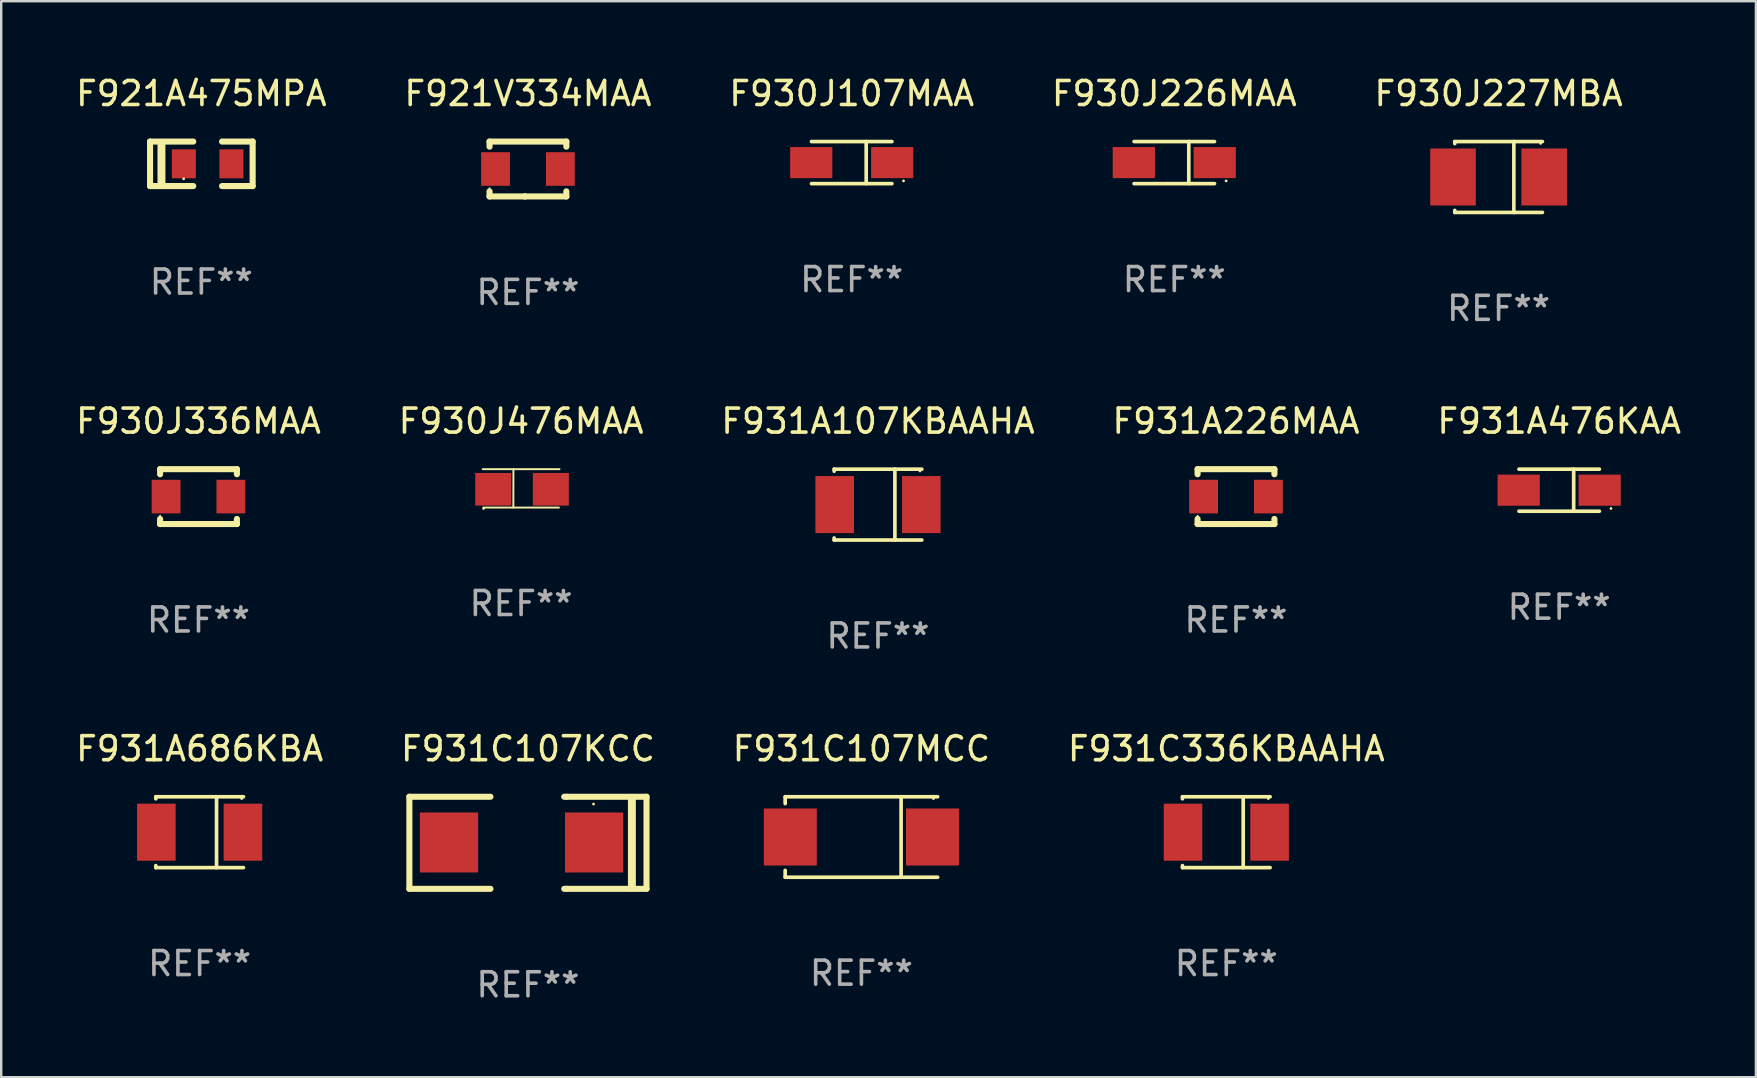
<source format=kicad_pcb>
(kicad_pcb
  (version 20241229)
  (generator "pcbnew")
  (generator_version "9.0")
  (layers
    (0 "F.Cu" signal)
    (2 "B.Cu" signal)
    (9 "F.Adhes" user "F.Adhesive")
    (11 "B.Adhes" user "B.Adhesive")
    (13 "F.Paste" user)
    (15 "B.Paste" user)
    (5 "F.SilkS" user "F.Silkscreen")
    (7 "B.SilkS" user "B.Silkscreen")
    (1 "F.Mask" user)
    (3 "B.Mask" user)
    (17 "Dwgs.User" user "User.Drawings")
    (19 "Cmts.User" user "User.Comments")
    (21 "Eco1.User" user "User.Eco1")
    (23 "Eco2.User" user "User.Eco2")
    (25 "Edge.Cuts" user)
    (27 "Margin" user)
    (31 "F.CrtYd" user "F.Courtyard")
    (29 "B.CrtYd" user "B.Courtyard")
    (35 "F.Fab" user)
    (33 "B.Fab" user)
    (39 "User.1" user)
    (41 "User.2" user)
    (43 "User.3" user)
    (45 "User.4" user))
  (footprint "F930J226MAA"
    (layer "F.Cu")
    (at 45.875 3.724)
    (property "Reference" "F930J226MAA" (at 0 -2.876 0) (layer "F.SilkS") (effects (font (size 1 1) (thickness 0.15))))
    (attr through_hole)
    (fp_line (start -1.676 -0.876) (end 1.676 -0.876) (stroke (width 0.152) (type solid)) (layer "F.SilkS"))
    (fp_line (start -1.676 0.876) (end 1.676 0.876) (stroke (width 0.152) (type solid)) (layer "F.SilkS"))
    (fp_line (start 0.604 -0.876) (end 0.604 0.876) (stroke (width 0.152) (type solid)) (layer "F.SilkS"))
    (fp_circle (center 2.159 0.762) (end 2.189 0.762) (stroke (width 0.06) (type solid)) (fill no) (layer "F.SilkS"))
    (fp_text user "REF**" (at 0 4.876 0) (layer "F.Fab") (effects (font (size 1 1) (thickness 0.15))))
    (pad "1" smd rect (at 1.686 0) (size 1.758 1.296) (layers "F.Cu" "F.Mask" "F.Paste"))
    (pad "2" smd rect (at -1.686 0) (size 1.758 1.296) (layers "F.Cu" "F.Mask" "F.Paste")))
  (footprint "F931A476KAA"
    (layer "F.Cu")
    (at 61.911 17.373)
    (property "Reference" "F931A476KAA" (at 0 -2.876 0) (layer "F.SilkS") (effects (font (size 1 1) (thickness 0.15))))
    (attr through_hole)
    (fp_line (start -1.676 -0.876) (end 1.676 -0.876) (stroke (width 0.152) (type solid)) (layer "F.SilkS"))
    (fp_line (start -1.676 0.876) (end 1.676 0.876) (stroke (width 0.152) (type solid)) (layer "F.SilkS"))
    (fp_line (start 0.604 -0.876) (end 0.604 0.876) (stroke (width 0.152) (type solid)) (layer "F.SilkS"))
    (fp_circle (center 2.159 0.762) (end 2.189 0.762) (stroke (width 0.06) (type solid)) (fill no) (layer "F.SilkS"))
    (fp_text user "REF**" (at 0 4.876 0) (layer "F.Fab") (effects (font (size 1 1) (thickness 0.15))))
    (pad "1" smd rect (at 1.686 0) (size 1.758 1.296) (layers "F.Cu" "F.Mask" "F.Paste"))
    (pad "2" smd rect (at -1.686 0) (size 1.758 1.296) (layers "F.Cu" "F.Mask" "F.Paste")))
  (footprint "F930J476MAA"
    (layer "F.Cu")
    (at 18.661 17.297)
    (property "Reference" "F930J476MAA" (at 0 -2.8 0) (layer "F.SilkS") (effects (font (size 1 1) (thickness 0.15))))
    (attr through_hole)
    (fp_line (start -1.6 -0.8) (end 1.6 -0.8) (stroke (width 0.08) (type solid)) (layer "F.SilkS"))
    (fp_line (start -1.575 0.8) (end 1.575 0.8) (stroke (width 0.08) (type solid)) (layer "F.SilkS"))
    (fp_line (start -0.323 0.8) (end -0.32 -0.8) (stroke (width 0.08) (type solid)) (layer "F.SilkS"))
    (fp_circle (center -1.561 0.838) (end -1.531 0.838) (stroke (width 0.06) (type solid)) (fill no) (layer "F.SilkS"))
    (fp_text user "REF**" (at 0 4.8 0) (layer "F.Fab") (effects (font (size 1 1) (thickness 0.15))))
    (pad "1" smd rect (at -1.161 0.038) (size 1.5 1.359) (layers "F.Cu" "F.Mask" "F.Paste"))
    (pad "2" smd rect (at 1.239 0.038) (size 1.5 1.359) (layers "F.Cu" "F.Mask" "F.Paste")))
  (footprint "F931A686KBA"
    (layer "F.Cu")
    (at 5.268 31.622)
    (property "Reference" "F931A686KBA" (at 0 -3.476 0) (layer "F.SilkS") (effects (font (size 1 1) (thickness 0.15))))
    (attr through_hole)
    (fp_line (start -1.826 -1.476) (end -1.826 -1.391) (stroke (width 0.152) (type solid)) (layer "F.SilkS"))
    (fp_line (start -1.826 -1.476) (end 1.826 -1.476) (stroke (width 0.152) (type solid)) (layer "F.SilkS"))
    (fp_line (start -1.826 1.476) (end -1.826 1.391) (stroke (width 0.152) (type solid)) (layer "F.SilkS"))
    (fp_line (start -1.826 1.476) (end 1.826 1.476) (stroke (width 0.152) (type solid)) (layer "F.SilkS"))
    (fp_line (start 0.704 -1.476) (end 0.704 1.476) (stroke (width 0.152) (type solid)) (layer "F.SilkS"))
    (fp_circle (center 1.75 -1.4) (end 1.78 -1.4) (stroke (width 0.06) (type solid)) (fill no) (layer "F.SilkS"))
    (fp_text user "REF**" (at 0 5.476 0) (layer "F.Fab") (effects (font (size 1 1) (thickness 0.15))))
    (pad "1" smd rect (at 1.804 0) (size 1.607 2.376) (layers "F.Cu" "F.Mask" "F.Paste"))
    (pad "2" smd rect (at -1.804 0) (size 1.607 2.376) (layers "F.Cu" "F.Mask" "F.Paste")))
  (footprint "F930J107MAA"
    (layer "F.Cu")
    (at 32.435 3.724)
    (property "Reference" "F930J107MAA" (at 0 -2.876 0) (layer "F.SilkS") (effects (font (size 1 1) (thickness 0.15))))
    (attr through_hole)
    (fp_line (start -1.676 -0.876) (end 1.676 -0.876) (stroke (width 0.152) (type solid)) (layer "F.SilkS"))
    (fp_line (start -1.676 0.876) (end 1.676 0.876) (stroke (width 0.152) (type solid)) (layer "F.SilkS"))
    (fp_line (start 0.604 -0.876) (end 0.604 0.876) (stroke (width 0.152) (type solid)) (layer "F.SilkS"))
    (fp_circle (center 2.159 0.762) (end 2.189 0.762) (stroke (width 0.06) (type solid)) (fill no) (layer "F.SilkS"))
    (fp_text user "REF**" (at 0 4.876 0) (layer "F.Fab") (effects (font (size 1 1) (thickness 0.15))))
    (pad "1" smd rect (at 1.686 0) (size 1.758 1.296) (layers "F.Cu" "F.Mask" "F.Paste"))
    (pad "2" smd rect (at -1.686 0) (size 1.758 1.296) (layers "F.Cu" "F.Mask" "F.Paste")))
  (footprint "F931A107KBAAHA"
    (layer "F.Cu")
    (at 33.53 17.973)
    (property "Reference" "F931A107KBAAHA" (at 0 -3.476 0) (layer "F.SilkS") (effects (font (size 1 1) (thickness 0.15))))
    (attr through_hole)
    (fp_line (start -1.826 -1.476) (end -1.826 -1.391) (stroke (width 0.152) (type solid)) (layer "F.SilkS"))
    (fp_line (start -1.826 -1.476) (end 1.826 -1.476) (stroke (width 0.152) (type solid)) (layer "F.SilkS"))
    (fp_line (start -1.826 1.476) (end -1.826 1.391) (stroke (width 0.152) (type solid)) (layer "F.SilkS"))
    (fp_line (start -1.826 1.476) (end 1.826 1.476) (stroke (width 0.152) (type solid)) (layer "F.SilkS"))
    (fp_line (start 0.704 -1.476) (end 0.704 1.476) (stroke (width 0.152) (type solid)) (layer "F.SilkS"))
    (fp_circle (center 1.75 -1.4) (end 1.78 -1.4) (stroke (width 0.06) (type solid)) (fill no) (layer "F.SilkS"))
    (fp_text user "REF**" (at 0 5.476 0) (layer "F.Fab") (effects (font (size 1 1) (thickness 0.15))))
    (pad "1" smd rect (at 1.804 0) (size 1.607 2.376) (layers "F.Cu" "F.Mask" "F.Paste"))
    (pad "2" smd rect (at -1.804 0) (size 1.607 2.376) (layers "F.Cu" "F.Mask" "F.Paste")))
  (footprint "F931A226MAA"
    (layer "F.Cu")
    (at 48.446 17.64)
    (property "Reference" "F931A226MAA" (at 0 -3.143 0) (layer "F.SilkS") (effects (font (size 1 1) (thickness 0.15))))
    (attr through_hole)
    (fp_line (start -1.6 1.143) (end -0.128 1.143) (stroke (width 0.254) (type solid)) (layer "F.SilkS"))
    (fp_line (start -1.6 -1.143) (end -1.6 -0.931) (stroke (width 0.254) (type solid)) (layer "F.SilkS"))
    (fp_line (start -1.6 -1.143) (end 1.6 -1.143) (stroke (width 0.254) (type solid)) (layer "F.SilkS"))
    (fp_line (start -1.6 0.931) (end -1.6 1.143) (stroke (width 0.254) (type solid)) (layer "F.SilkS"))
    (fp_line (start -0.128 1.143) (end -0.128 1.143) (stroke (width 0.254) (type solid)) (layer "F.SilkS"))
    (fp_line (start -0.128 1.143) (end 1.6 1.143) (stroke (width 0.254) (type solid)) (layer "F.SilkS"))
    (fp_line (start 1.6 -1.143) (end 1.6 -0.931) (stroke (width 0.254) (type solid)) (layer "F.SilkS"))
    (fp_line (start 1.6 0.931) (end 1.6 1.143) (stroke (width 0.254) (type solid)) (layer "F.SilkS"))
    (fp_circle (center -1.6 0.8) (end -1.58 0.8) (stroke (width 0.04) (type solid)) (fill no) (layer "F.SilkS"))
    (fp_text user "REF**" (at 0 5.143 0) (layer "F.Fab") (effects (font (size 1 1) (thickness 0.15))))
    (pad "1" smd rect (at -1.35 0) (size 1.2 1.4) (layers "F.Cu" "F.Mask" "F.Paste"))
    (pad "2" smd rect (at 1.35 0) (size 1.2 1.4) (layers "F.Cu" "F.Mask" "F.Paste")))
  (footprint "F931C107MCC"
    (layer "F.Cu")
    (at 32.839 31.822)
    (property "Reference" "F931C107MCC" (at 0 -3.676 0) (layer "F.SilkS") (effects (font (size 1 1) (thickness 0.15))))
    (attr through_hole)
    (fp_line (start -3.176 -1.676) (end -3.176 -1.391) (stroke (width 0.152) (type solid)) (layer "F.SilkS"))
    (fp_line (start -3.176 -1.676) (end 3.176 -1.676) (stroke (width 0.152) (type solid)) (layer "F.SilkS"))
    (fp_line (start -3.176 1.676) (end -3.176 1.391) (stroke (width 0.152) (type solid)) (layer "F.SilkS"))
    (fp_line (start -3.176 1.676) (end 3.176 1.676) (stroke (width 0.152) (type solid)) (layer "F.SilkS"))
    (fp_line (start 1.654 -1.676) (end 1.654 1.676) (stroke (width 0.152) (type solid)) (layer "F.SilkS"))
    (fp_circle (center 3 -1.6) (end 3.03 -1.6) (stroke (width 0.06) (type solid)) (fill no) (layer "F.SilkS"))
    (fp_text user "REF**" (at 0 5.676 0) (layer "F.Fab") (effects (font (size 1 1) (thickness 0.15))))
    (pad "1" smd rect (at 2.961 0) (size 2.207 2.376) (layers "F.Cu" "F.Mask" "F.Paste"))
    (pad "2" smd rect (at -2.961 0) (size 2.207 2.376) (layers "F.Cu" "F.Mask" "F.Paste")))
  (footprint "F930J227MBA"
    (layer "F.Cu")
    (at 59.387 4.324)
    (property "Reference" "F930J227MBA" (at 0 -3.476 0) (layer "F.SilkS") (effects (font (size 1 1) (thickness 0.15))))
    (attr through_hole)
    (fp_line (start -1.826 -1.476) (end -1.826 -1.391) (stroke (width 0.152) (type solid)) (layer "F.SilkS"))
    (fp_line (start -1.826 -1.476) (end 1.826 -1.476) (stroke (width 0.152) (type solid)) (layer "F.SilkS"))
    (fp_line (start -1.826 1.476) (end -1.826 1.391) (stroke (width 0.152) (type solid)) (layer "F.SilkS"))
    (fp_line (start -1.826 1.476) (end 1.826 1.476) (stroke (width 0.152) (type solid)) (layer "F.SilkS"))
    (fp_line (start 0.635 -1.476) (end 0.635 1.476) (stroke (width 0.152) (type solid)) (layer "F.SilkS"))
    (fp_circle (center 1.75 -1.4) (end 1.78 -1.4) (stroke (width 0.06) (type solid)) (fill no) (layer "F.SilkS"))
    (fp_text user "REF**" (at 0 5.476 0) (layer "F.Fab") (effects (font (size 1 1) (thickness 0.15))))
    (pad "1" smd rect (at 1.899 0) (size 1.9 2.376) (layers "F.Cu" "F.Mask" "F.Paste"))
    (pad "2" smd rect (at -1.899 0) (size 1.9 2.376) (layers "F.Cu" "F.Mask" "F.Paste")))
  (footprint "F931C107KCC"
    (layer "F.Cu")
    (at 18.946 32.064)
    (property "Reference" "F931C107KCC" (at 0 -3.918 0) (layer "F.SilkS") (effects (font (size 1 1) (thickness 0.15))))
    (attr through_hole)
    (fp_line (start -4.94 -1.918) (end -1.562 -1.918) (stroke (width 0.254) (type solid)) (layer "F.SilkS"))
    (fp_line (start -4.94 1.918) (end -4.94 -1.918) (stroke (width 0.254) (type solid)) (layer "F.SilkS"))
    (fp_line (start -1.562 1.918) (end -4.94 1.918) (stroke (width 0.254) (type solid)) (layer "F.SilkS"))
    (fp_line (start 1.511 -1.918) (end 1.613 -1.918) (stroke (width 0.254) (type solid)) (layer "F.SilkS"))
    (fp_line (start 1.613 -1.918) (end 4.94 -1.918) (stroke (width 0.254) (type solid)) (layer "F.SilkS"))
    (fp_line (start 1.613 1.918) (end 1.511 1.918) (stroke (width 0.254) (type solid)) (layer "F.SilkS"))
    (fp_line (start 4.331 1.867) (end 4.331 -1.867) (stroke (width 0.33) (type solid)) (layer "F.SilkS"))
    (fp_line (start 4.94 -1.918) (end 4.94 1.918) (stroke (width 0.254) (type solid)) (layer "F.SilkS"))
    (fp_line (start 4.94 1.918) (end 1.613 1.918) (stroke (width 0.254) (type solid)) (layer "F.SilkS"))
    (fp_circle (center 2.733 -1.613) (end 2.763 -1.613) (stroke (width 0.06) (type solid)) (fill no) (layer "F.SilkS"))
    (fp_text user "REF**" (at 0 5.918 0) (layer "F.Fab") (effects (font (size 1 1) (thickness 0.15))))
    (pad "1" smd rect (at 2.756 -0.013 180) (size 2.426 2.5) (layers "F.Cu" "F.Mask" "F.Paste"))
    (pad "2" smd rect (at -3.289 -0.013 180) (size 2.426 2.5) (layers "F.Cu" "F.Mask" "F.Paste")))
  (footprint "F930J336MAA"
    (layer "F.Cu")
    (at 5.22 17.64)
    (property "Reference" "F930J336MAA" (at 0 -3.143 0) (layer "F.SilkS") (effects (font (size 1 1) (thickness 0.15))))
    (attr through_hole)
    (fp_line (start -1.6 1.143) (end -0.128 1.143) (stroke (width 0.254) (type solid)) (layer "F.SilkS"))
    (fp_line (start -1.6 -1.143) (end -1.6 -0.931) (stroke (width 0.254) (type solid)) (layer "F.SilkS"))
    (fp_line (start -1.6 -1.143) (end 1.6 -1.143) (stroke (width 0.254) (type solid)) (layer "F.SilkS"))
    (fp_line (start -1.6 0.931) (end -1.6 1.143) (stroke (width 0.254) (type solid)) (layer "F.SilkS"))
    (fp_line (start -0.128 1.143) (end -0.128 1.143) (stroke (width 0.254) (type solid)) (layer "F.SilkS"))
    (fp_line (start -0.128 1.143) (end 1.6 1.143) (stroke (width 0.254) (type solid)) (layer "F.SilkS"))
    (fp_line (start 1.6 -1.143) (end 1.6 -0.931) (stroke (width 0.254) (type solid)) (layer "F.SilkS"))
    (fp_line (start 1.6 0.931) (end 1.6 1.143) (stroke (width 0.254) (type solid)) (layer "F.SilkS"))
    (fp_circle (center -1.6 0.8) (end -1.58 0.8) (stroke (width 0.04) (type solid)) (fill no) (layer "F.SilkS"))
    (fp_text user "REF**" (at 0 5.143 0) (layer "F.Fab") (effects (font (size 1 1) (thickness 0.15))))
    (pad "1" smd rect (at -1.35 0) (size 1.2 1.4) (layers "F.Cu" "F.Mask" "F.Paste"))
    (pad "2" smd rect (at 1.35 0) (size 1.2 1.4) (layers "F.Cu" "F.Mask" "F.Paste")))
  (footprint "F931C336KBAAHA"
    (layer "F.Cu")
    (at 48.042 31.622)
    (property "Reference" "F931C336KBAAHA" (at 0 -3.476 0) (layer "F.SilkS") (effects (font (size 1 1) (thickness 0.15))))
    (attr through_hole)
    (fp_line (start -1.826 -1.476) (end -1.826 -1.391) (stroke (width 0.152) (type solid)) (layer "F.SilkS"))
    (fp_line (start -1.826 -1.476) (end 1.826 -1.476) (stroke (width 0.152) (type solid)) (layer "F.SilkS"))
    (fp_line (start -1.826 1.476) (end -1.826 1.391) (stroke (width 0.152) (type solid)) (layer "F.SilkS"))
    (fp_line (start -1.826 1.476) (end 1.826 1.476) (stroke (width 0.152) (type solid)) (layer "F.SilkS"))
    (fp_line (start 0.704 -1.476) (end 0.704 1.476) (stroke (width 0.152) (type solid)) (layer "F.SilkS"))
    (fp_circle (center 1.75 -1.4) (end 1.78 -1.4) (stroke (width 0.06) (type solid)) (fill no) (layer "F.SilkS"))
    (fp_text user "REF**" (at 0 5.476 0) (layer "F.Fab") (effects (font (size 1 1) (thickness 0.15))))
    (pad "1" smd rect (at 1.804 0) (size 1.607 2.376) (layers "F.Cu" "F.Mask" "F.Paste"))
    (pad "2" smd rect (at -1.804 0) (size 1.607 2.376) (layers "F.Cu" "F.Mask" "F.Paste")))
  (footprint "F921A475MPA"
    (layer "F.Cu")
    (at 5.339 3.775)
    (property "Reference" "F921A475MPA" (at 0 -2.927 0) (layer "F.SilkS") (effects (font (size 1 1) (thickness 0.15))))
    (attr through_hole)
    (fp_line (start -2.137 0.927) (end -2.137 -0.927) (stroke (width 0.254) (type solid)) (layer "F.SilkS"))
    (fp_line (start -1.662 0.874) (end -1.662 -0.874) (stroke (width 0.33) (type solid)) (layer "F.SilkS"))
    (fp_line (start -0.337 -0.927) (end -2.137 -0.927) (stroke (width 0.254) (type solid)) (layer "F.SilkS"))
    (fp_line (start -0.337 0.927) (end -2.137 0.927) (stroke (width 0.254) (type solid)) (layer "F.SilkS"))
    (fp_line (start 0.862 0.927) (end 2.137 0.927) (stroke (width 0.254) (type solid)) (layer "F.SilkS"))
    (fp_line (start 2.137 -0.927) (end 0.862 -0.927) (stroke (width 0.254) (type solid)) (layer "F.SilkS"))
    (fp_line (start 2.137 0.927) (end 2.137 -0.927) (stroke (width 0.254) (type solid)) (layer "F.SilkS"))
    (fp_circle (center -0.737 0.625) (end -0.707 0.625) (stroke (width 0.06) (type solid)) (fill no) (layer "F.SilkS"))
    (fp_text user "REF**" (at 0 4.927 0) (layer "F.Fab") (effects (font (size 1 1) (thickness 0.15))))
    (pad "1" smd rect (at -0.728 0) (size 1 1.207) (layers "F.Cu" "F.Mask" "F.Paste"))
    (pad "2" smd rect (at 1.253 0) (size 1 1.207) (layers "F.Cu" "F.Mask" "F.Paste")))
  (footprint "F921V334MAA"
    (layer "F.Cu")
    (at 18.946 3.991)
    (property "Reference" "F921V334MAA" (at 0 -3.143 0) (layer "F.SilkS") (effects (font (size 1 1) (thickness 0.15))))
    (attr through_hole)
    (fp_line (start -1.6 1.143) (end -0.128 1.143) (stroke (width 0.254) (type solid)) (layer "F.SilkS"))
    (fp_line (start -1.6 -1.143) (end -1.6 -0.931) (stroke (width 0.254) (type solid)) (layer "F.SilkS"))
    (fp_line (start -1.6 -1.143) (end 1.6 -1.143) (stroke (width 0.254) (type solid)) (layer "F.SilkS"))
    (fp_line (start -1.6 0.931) (end -1.6 1.143) (stroke (width 0.254) (type solid)) (layer "F.SilkS"))
    (fp_line (start -0.128 1.143) (end -0.128 1.143) (stroke (width 0.254) (type solid)) (layer "F.SilkS"))
    (fp_line (start -0.128 1.143) (end 1.6 1.143) (stroke (width 0.254) (type solid)) (layer "F.SilkS"))
    (fp_line (start 1.6 -1.143) (end 1.6 -0.931) (stroke (width 0.254) (type solid)) (layer "F.SilkS"))
    (fp_line (start 1.6 0.931) (end 1.6 1.143) (stroke (width 0.254) (type solid)) (layer "F.SilkS"))
    (fp_circle (center -1.6 0.8) (end -1.58 0.8) (stroke (width 0.04) (type solid)) (fill no) (layer "F.SilkS"))
    (fp_text user "REF**" (at 0 5.143 0) (layer "F.Fab") (effects (font (size 1 1) (thickness 0.15))))
    (pad "1" smd rect (at -1.35 0) (size 1.2 1.4) (layers "F.Cu" "F.Mask" "F.Paste"))
    (pad "2" smd rect (at 1.35 0) (size 1.2 1.4) (layers "F.Cu" "F.Mask" "F.Paste")))
  (gr_rect
    (start -3 -3)
    (end 70.107 41.83)
    (stroke (width 0.1) (type default))
    (fill no)
    (layer "Edge.Cuts")))
</source>
